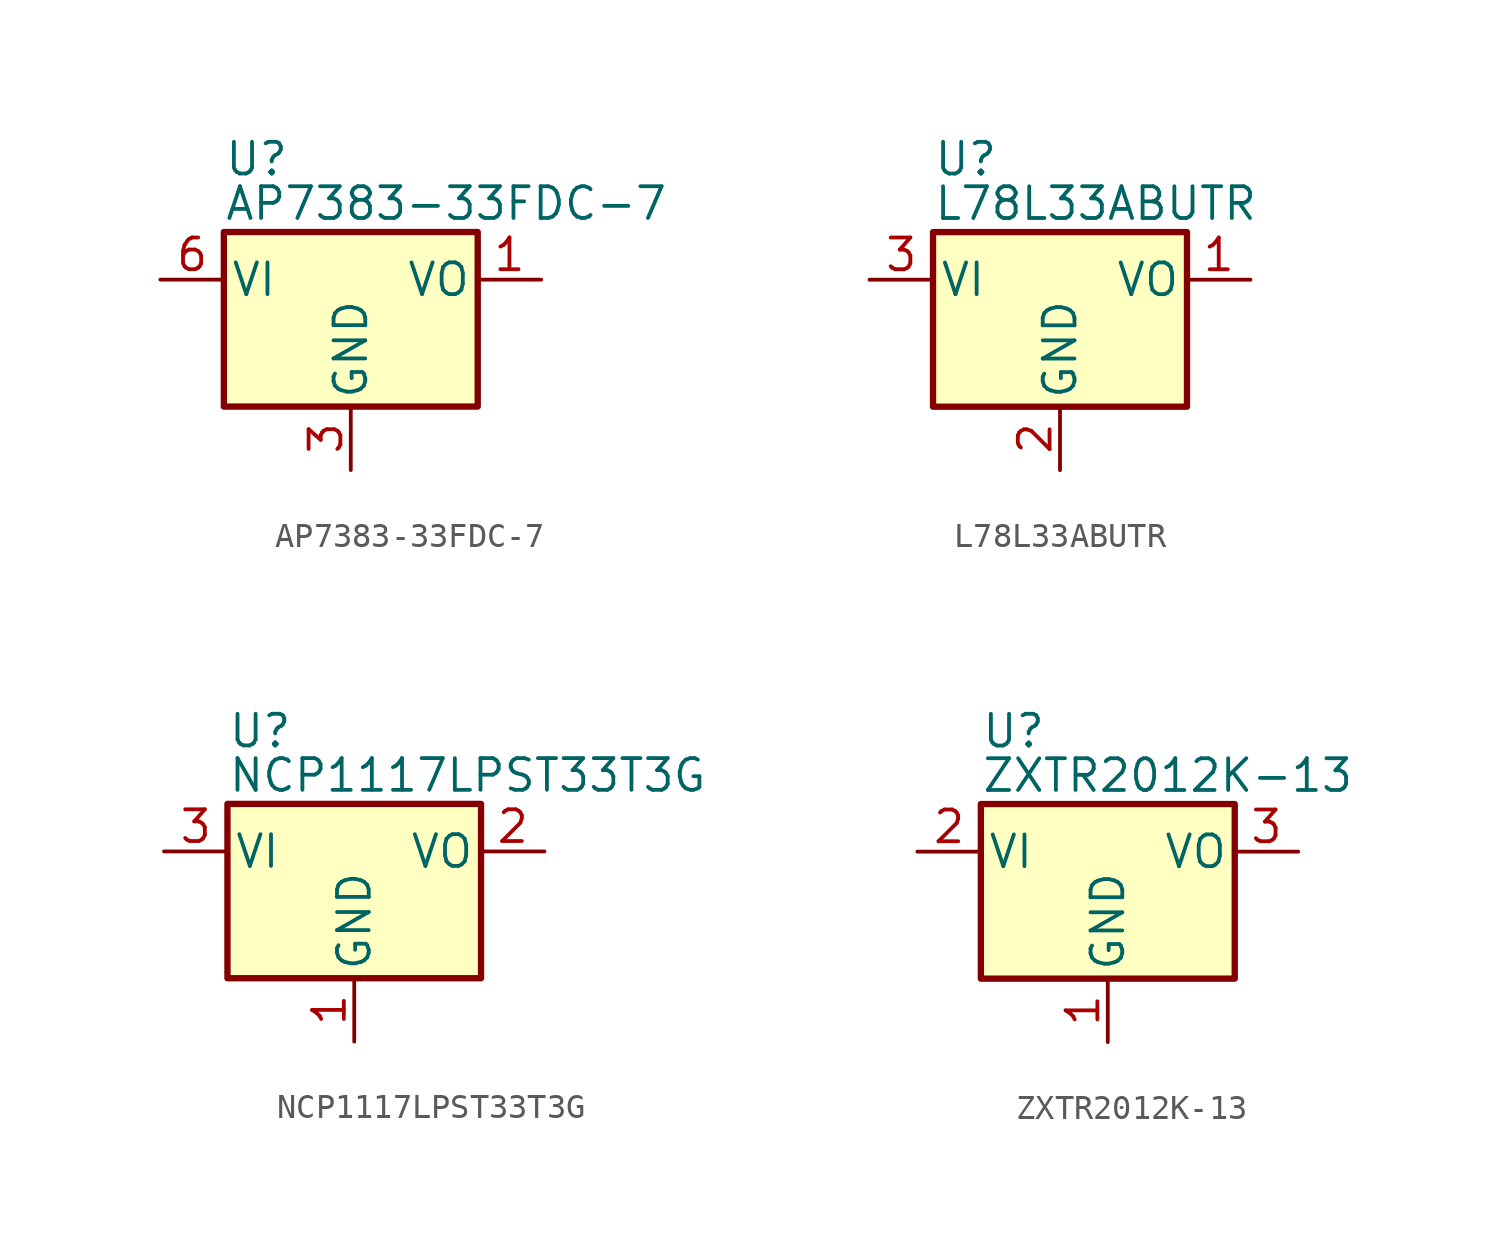
<source format=kicad_sym>
(kicad_symbol_lib
  (version 20241209)
  (generator "kicad_symbol_editor")
  (generator_version "9.0")
  (symbol "AP7383-33FDC-7"
    (pin_names
      (offset 0.254))
    (property "Reference" "U"
      (at -5.08 4.826 0)
      (do_not_autoplace)
      (effects (font (size 1.27 1.27)) (justify left)))
    (property "Value" "AP7383-33FDC-7"
      (at -5.08 3.048 0)
      (do_not_autoplace)
      (effects (font (size 1.27 1.27)) (justify left)))
    (symbol "AP7383-33FDC-7_0_1"
      (rectangle (start -5.08 1.905) (end 5.08 -5.08) (stroke (width 0.254) (type default)) (fill (type background))))
    (symbol "AP7383-33FDC-7_1_1"
      (pin power_in line (at -7.62 0 0) (length 2.54) (name "VI" (effects (font (size 1.27 1.27)))) (number "6" (effects (font (size 1.27 1.27)))))
      (pin power_in line (at 0 -7.62 90) (length 2.54) (hide yes) (name "NC" (effects (font (size 1.27 1.27)))) (number "2" (effects (font (size 1.27 1.27)))))
      (pin power_in line (at 0 -7.62 90) (length 2.54) (name "GND" (effects (font (size 1.27 1.27)))) (number "3" (effects (font (size 1.27 1.27)))))
      (pin power_in line (at 0 -7.62 90) (length 2.54) (hide yes) (name "NC" (effects (font (size 1.27 1.27)))) (number "4" (effects (font (size 1.27 1.27)))))
      (pin power_in line (at 0 -7.62 90) (length 2.54) (hide yes) (name "NC" (effects (font (size 1.27 1.27)))) (number "5" (effects (font (size 1.27 1.27)))))
      (pin power_in line (at 0 -7.62 90) (length 2.54) (hide yes) (name "NC" (effects (font (size 1.27 1.27)))) (number "7" (effects (font (size 1.27 1.27)))))
      (pin power_out line (at 7.62 0 180) (length 2.54) (name "VO" (effects (font (size 1.27 1.27)))) (number "1" (effects (font (size 1.27 1.27)))))))
  (symbol "L78L33ABUTR"
    (pin_names
      (offset 0.254))
    (property "Reference" "U"
      (at -5.08 4.826 0)
      (do_not_autoplace)
      (effects (font (size 1.27 1.27)) (justify left)))
    (property "Value" "L78L33ABUTR"
      (at -5.08 3.048 0)
      (do_not_autoplace)
      (effects (font (size 1.27 1.27)) (justify left)))
    (symbol "L78L33ABUTR_0_1"
      (rectangle (start -5.08 1.905) (end 5.08 -5.08) (stroke (width 0.254) (type default)) (fill (type background))))
    (symbol "L78L33ABUTR_1_1"
      (pin power_in line (at -7.62 0 0) (length 2.54) (name "VI" (effects (font (size 1.27 1.27)))) (number "3" (effects (font (size 1.27 1.27)))))
      (pin power_in line (at 0 -7.62 90) (length 2.54) (name "GND" (effects (font (size 1.27 1.27)))) (number "2" (effects (font (size 1.27 1.27)))))
      (pin power_out line (at 7.62 0 180) (length 2.54) (name "VO" (effects (font (size 1.27 1.27)))) (number "1" (effects (font (size 1.27 1.27)))))))
  (symbol "NCP1117LPST33T3G"
    (pin_names
      (offset 0.254))
    (property "Reference" "U"
      (at -5.08 4.826 0)
      (do_not_autoplace)
      (effects (font (size 1.27 1.27)) (justify left)))
    (property "Value" "NCP1117LPST33T3G"
      (at -5.08 3.048 0)
      (do_not_autoplace)
      (effects (font (size 1.27 1.27)) (justify left)))
    (symbol "NCP1117LPST33T3G_0_1"
      (rectangle (start -5.08 1.905) (end 5.08 -5.08) (stroke (width 0.254) (type default)) (fill (type background))))
    (symbol "NCP1117LPST33T3G_1_1"
      (pin power_in line (at -7.62 0 0) (length 2.54) (name "VI" (effects (font (size 1.27 1.27)))) (number "3" (effects (font (size 1.27 1.27)))))
      (pin power_in line (at 0 -7.62 90) (length 2.54) (name "GND" (effects (font (size 1.27 1.27)))) (number "1" (effects (font (size 1.27 1.27)))))
      (pin power_out line (at 7.62 0 180) (length 2.54) (name "VO" (effects (font (size 1.27 1.27)))) (number "2" (effects (font (size 1.27 1.27)))))))
  (symbol "ZXTR2012K-13"
    (pin_names
      (offset 0.254))
    (property "Reference" "U"
      (at -5.08 4.826 0)
      (do_not_autoplace)
      (effects (font (size 1.27 1.27)) (justify left)))
    (property "Value" "ZXTR2012K-13"
      (at -5.08 3.048 0)
      (do_not_autoplace)
      (effects (font (size 1.27 1.27)) (justify left)))
    (symbol "ZXTR2012K-13_0_1"
      (rectangle (start -5.08 1.905) (end 5.08 -5.08) (stroke (width 0.254) (type default)) (fill (type background))))
    (symbol "ZXTR2012K-13_1_1"
      (pin power_in line (at -7.62 0 0) (length 2.54) (name "VI" (effects (font (size 1.27 1.27)))) (number "2" (effects (font (size 1.27 1.27)))))
      (pin power_in line (at 0 -7.62 90) (length 2.54) (name "GND" (effects (font (size 1.27 1.27)))) (number "1" (effects (font (size 1.27 1.27)))))
      (pin power_out line (at 7.62 0 180) (length 2.54) (name "VO" (effects (font (size 1.27 1.27)))) (number "3" (effects (font (size 1.27 1.27))))))))
</source>
